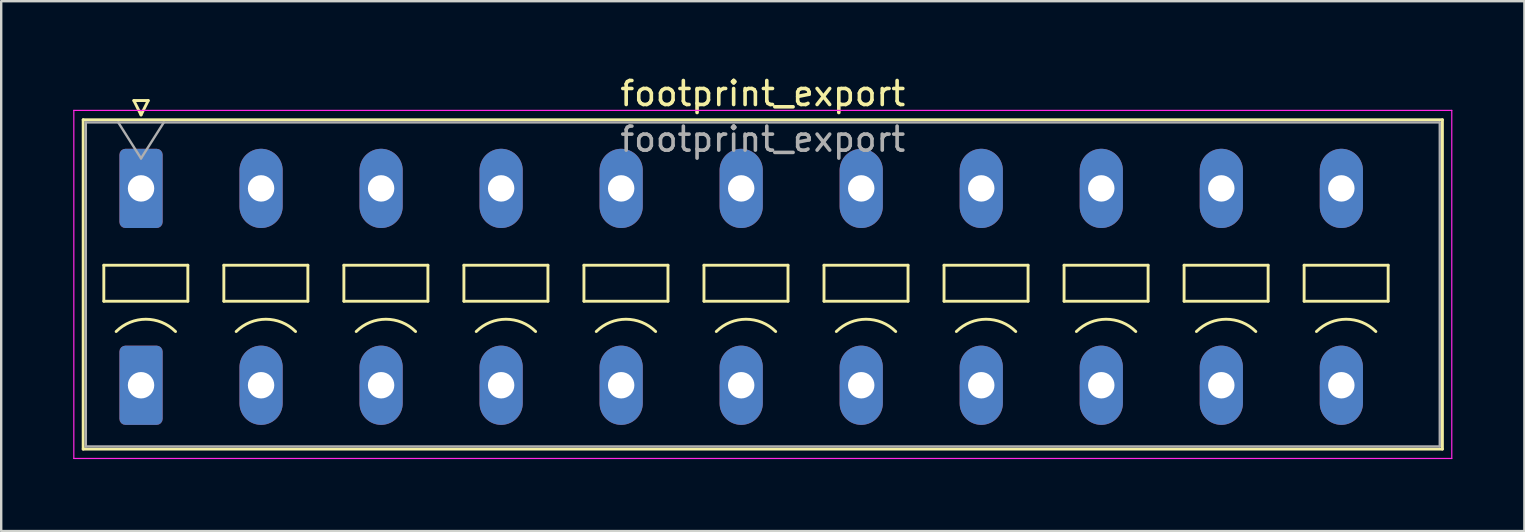
<source format=kicad_pcb>
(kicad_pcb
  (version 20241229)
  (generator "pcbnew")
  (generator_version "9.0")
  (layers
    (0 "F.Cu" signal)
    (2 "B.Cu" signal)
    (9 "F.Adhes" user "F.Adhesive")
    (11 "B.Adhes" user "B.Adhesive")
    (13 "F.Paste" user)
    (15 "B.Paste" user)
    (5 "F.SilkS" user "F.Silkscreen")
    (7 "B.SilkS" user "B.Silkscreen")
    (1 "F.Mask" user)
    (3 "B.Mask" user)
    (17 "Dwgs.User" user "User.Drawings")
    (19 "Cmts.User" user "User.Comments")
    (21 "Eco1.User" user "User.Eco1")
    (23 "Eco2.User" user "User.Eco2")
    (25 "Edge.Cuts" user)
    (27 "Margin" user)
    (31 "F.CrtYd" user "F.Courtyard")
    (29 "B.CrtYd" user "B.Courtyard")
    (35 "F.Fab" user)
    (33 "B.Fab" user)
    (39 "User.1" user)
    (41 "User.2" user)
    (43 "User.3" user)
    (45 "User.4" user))
  (footprint "footprint_export"
    (layer "F.Cu")
    (at 2.825 4.798)
    (property "Reference" "footprint_export" (at 25.9 -3.95 0) (layer "F.SilkS") (effects (font (size 1 1) (thickness 0.15))))
    (attr through_hole)
    (fp_line (start -2.41 -2.86) (end 54.21 -2.86) (stroke (width 0.12) (type solid)) (layer "F.SilkS"))
    (fp_line (start -2.41 10.86) (end -2.41 -2.86) (stroke (width 0.12) (type solid)) (layer "F.SilkS"))
    (fp_line (start -1.55 3.2) (end -1.55 4.7) (stroke (width 0.12) (type solid)) (layer "F.SilkS"))
    (fp_line (start -1.55 4.7) (end 1.95 4.7) (stroke (width 0.12) (type solid)) (layer "F.SilkS"))
    (fp_line (start -0.3 -3.66) (end 0 -3.06) (stroke (width 0.12) (type solid)) (layer "F.SilkS"))
    (fp_line (start -0.3 -3.66) (end 0.3 -3.66) (stroke (width 0.12) (type solid)) (layer "F.SilkS"))
    (fp_line (start 0.3 -3.66) (end 0 -3.06) (stroke (width 0.12) (type solid)) (layer "F.SilkS"))
    (fp_line (start 1.95 3.2) (end -1.55 3.2) (stroke (width 0.12) (type solid)) (layer "F.SilkS"))
    (fp_line (start 1.95 4.7) (end 1.95 3.2) (stroke (width 0.12) (type solid)) (layer "F.SilkS"))
    (fp_line (start 3.45 3.2) (end 3.45 4.7) (stroke (width 0.12) (type solid)) (layer "F.SilkS"))
    (fp_line (start 3.45 4.7) (end 6.95 4.7) (stroke (width 0.12) (type solid)) (layer "F.SilkS"))
    (fp_line (start 6.95 3.2) (end 3.45 3.2) (stroke (width 0.12) (type solid)) (layer "F.SilkS"))
    (fp_line (start 6.95 4.7) (end 6.95 3.2) (stroke (width 0.12) (type solid)) (layer "F.SilkS"))
    (fp_line (start 8.45 3.2) (end 8.45 4.7) (stroke (width 0.12) (type solid)) (layer "F.SilkS"))
    (fp_line (start 8.45 4.7) (end 11.95 4.7) (stroke (width 0.12) (type solid)) (layer "F.SilkS"))
    (fp_line (start 11.95 3.2) (end 8.45 3.2) (stroke (width 0.12) (type solid)) (layer "F.SilkS"))
    (fp_line (start 11.95 4.7) (end 11.95 3.2) (stroke (width 0.12) (type solid)) (layer "F.SilkS"))
    (fp_line (start 13.45 3.2) (end 13.45 4.7) (stroke (width 0.12) (type solid)) (layer "F.SilkS"))
    (fp_line (start 13.45 4.7) (end 16.95 4.7) (stroke (width 0.12) (type solid)) (layer "F.SilkS"))
    (fp_line (start 16.95 3.2) (end 13.45 3.2) (stroke (width 0.12) (type solid)) (layer "F.SilkS"))
    (fp_line (start 16.95 4.7) (end 16.95 3.2) (stroke (width 0.12) (type solid)) (layer "F.SilkS"))
    (fp_line (start 18.45 3.2) (end 18.45 4.7) (stroke (width 0.12) (type solid)) (layer "F.SilkS"))
    (fp_line (start 18.45 4.7) (end 21.95 4.7) (stroke (width 0.12) (type solid)) (layer "F.SilkS"))
    (fp_line (start 21.95 3.2) (end 18.45 3.2) (stroke (width 0.12) (type solid)) (layer "F.SilkS"))
    (fp_line (start 21.95 4.7) (end 21.95 3.2) (stroke (width 0.12) (type solid)) (layer "F.SilkS"))
    (fp_line (start 23.45 3.2) (end 23.45 4.7) (stroke (width 0.12) (type solid)) (layer "F.SilkS"))
    (fp_line (start 23.45 4.7) (end 26.95 4.7) (stroke (width 0.12) (type solid)) (layer "F.SilkS"))
    (fp_line (start 26.95 3.2) (end 23.45 3.2) (stroke (width 0.12) (type solid)) (layer "F.SilkS"))
    (fp_line (start 26.95 4.7) (end 26.95 3.2) (stroke (width 0.12) (type solid)) (layer "F.SilkS"))
    (fp_line (start 28.45 3.2) (end 28.45 4.7) (stroke (width 0.12) (type solid)) (layer "F.SilkS"))
    (fp_line (start 28.45 4.7) (end 31.95 4.7) (stroke (width 0.12) (type solid)) (layer "F.SilkS"))
    (fp_line (start 31.95 3.2) (end 28.45 3.2) (stroke (width 0.12) (type solid)) (layer "F.SilkS"))
    (fp_line (start 31.95 4.7) (end 31.95 3.2) (stroke (width 0.12) (type solid)) (layer "F.SilkS"))
    (fp_line (start 33.45 3.2) (end 33.45 4.7) (stroke (width 0.12) (type solid)) (layer "F.SilkS"))
    (fp_line (start 33.45 4.7) (end 36.95 4.7) (stroke (width 0.12) (type solid)) (layer "F.SilkS"))
    (fp_line (start 36.95 3.2) (end 33.45 3.2) (stroke (width 0.12) (type solid)) (layer "F.SilkS"))
    (fp_line (start 36.95 4.7) (end 36.95 3.2) (stroke (width 0.12) (type solid)) (layer "F.SilkS"))
    (fp_line (start 38.45 3.2) (end 38.45 4.7) (stroke (width 0.12) (type solid)) (layer "F.SilkS"))
    (fp_line (start 38.45 4.7) (end 41.95 4.7) (stroke (width 0.12) (type solid)) (layer "F.SilkS"))
    (fp_line (start 41.95 3.2) (end 38.45 3.2) (stroke (width 0.12) (type solid)) (layer "F.SilkS"))
    (fp_line (start 41.95 4.7) (end 41.95 3.2) (stroke (width 0.12) (type solid)) (layer "F.SilkS"))
    (fp_line (start 43.45 3.2) (end 43.45 4.7) (stroke (width 0.12) (type solid)) (layer "F.SilkS"))
    (fp_line (start 43.45 4.7) (end 46.95 4.7) (stroke (width 0.12) (type solid)) (layer "F.SilkS"))
    (fp_line (start 46.95 3.2) (end 43.45 3.2) (stroke (width 0.12) (type solid)) (layer "F.SilkS"))
    (fp_line (start 46.95 4.7) (end 46.95 3.2) (stroke (width 0.12) (type solid)) (layer "F.SilkS"))
    (fp_line (start 48.45 3.2) (end 48.45 4.7) (stroke (width 0.12) (type solid)) (layer "F.SilkS"))
    (fp_line (start 48.45 4.7) (end 51.95 4.7) (stroke (width 0.12) (type solid)) (layer "F.SilkS"))
    (fp_line (start 51.95 3.2) (end 48.45 3.2) (stroke (width 0.12) (type solid)) (layer "F.SilkS"))
    (fp_line (start 51.95 4.7) (end 51.95 3.2) (stroke (width 0.12) (type solid)) (layer "F.SilkS"))
    (fp_line (start 54.21 -2.86) (end 54.21 10.86) (stroke (width 0.12) (type solid)) (layer "F.SilkS"))
    (fp_line (start 54.21 10.86) (end -2.41 10.86) (stroke (width 0.12) (type solid)) (layer "F.SilkS"))
    (fp_arc (start -1.037437 5.962563) (mid 0.2 5.45) (end 1.437437 5.962563) (stroke (width 0.12) (type solid)) (layer "F.SilkS"))
    (fp_arc (start 3.962563 5.962563) (mid 5.2 5.45) (end 6.437437 5.962563) (stroke (width 0.12) (type solid)) (layer "F.SilkS"))
    (fp_arc (start 8.962563 5.962563) (mid 10.2 5.45) (end 11.437437 5.962563) (stroke (width 0.12) (type solid)) (layer "F.SilkS"))
    (fp_arc (start 13.962563 5.962563) (mid 15.2 5.45) (end 16.437437 5.962563) (stroke (width 0.12) (type solid)) (layer "F.SilkS"))
    (fp_arc (start 18.962563 5.962563) (mid 20.2 5.45) (end 21.437437 5.962563) (stroke (width 0.12) (type solid)) (layer "F.SilkS"))
    (fp_arc (start 23.962563 5.962563) (mid 25.2 5.45) (end 26.437437 5.962563) (stroke (width 0.12) (type solid)) (layer "F.SilkS"))
    (fp_arc (start 28.962563 5.962563) (mid 30.2 5.45) (end 31.437437 5.962563) (stroke (width 0.12) (type solid)) (layer "F.SilkS"))
    (fp_arc (start 33.962563 5.962563) (mid 35.2 5.45) (end 36.437437 5.962563) (stroke (width 0.12) (type solid)) (layer "F.SilkS"))
    (fp_arc (start 38.962563 5.962563) (mid 40.2 5.45) (end 41.437437 5.962563) (stroke (width 0.12) (type solid)) (layer "F.SilkS"))
    (fp_arc (start 43.962563 5.962563) (mid 45.2 5.45) (end 46.437437 5.962563) (stroke (width 0.12) (type solid)) (layer "F.SilkS"))
    (fp_arc (start 48.962563 5.962563) (mid 50.2 5.45) (end 51.437437 5.962563) (stroke (width 0.12) (type solid)) (layer "F.SilkS"))
    (fp_line (start -2.8 -3.25) (end -2.8 11.25) (stroke (width 0.05) (type solid)) (layer "F.CrtYd"))
    (fp_line (start -2.8 11.25) (end 54.6 11.25) (stroke (width 0.05) (type solid)) (layer "F.CrtYd"))
    (fp_line (start 54.6 -3.25) (end -2.8 -3.25) (stroke (width 0.05) (type solid)) (layer "F.CrtYd"))
    (fp_line (start 54.6 11.25) (end 54.6 -3.25) (stroke (width 0.05) (type solid)) (layer "F.CrtYd"))
    (fp_line (start -2.3 -2.75) (end -2.3 10.75) (stroke (width 0.1) (type solid)) (layer "F.Fab"))
    (fp_line (start -2.3 10.75) (end 54.1 10.75) (stroke (width 0.1) (type solid)) (layer "F.Fab"))
    (fp_line (start -0.95 -2.75) (end 0 -1.25) (stroke (width 0.1) (type solid)) (layer "F.Fab"))
    (fp_line (start 0.95 -2.75) (end 0 -1.25) (stroke (width 0.1) (type solid)) (layer "F.Fab"))
    (fp_line (start 54.1 -2.75) (end -2.3 -2.75) (stroke (width 0.1) (type solid)) (layer "F.Fab"))
    (fp_line (start 54.1 10.75) (end 54.1 -2.75) (stroke (width 0.1) (type solid)) (layer "F.Fab"))
    (fp_text user "${REFERENCE}" (at 25.9 -2.05 0) (layer "F.Fab") (effects (font (size 1 1) (thickness 0.15))))
    (pad "1" thru_hole roundrect (at 0 0) (size 1.8 3.3) (drill 1.1) (layers "*.Cu" "*.Mask") (roundrect_rratio 0.139))
    (pad "1" thru_hole roundrect (at 0 8.2) (size 1.8 3.3) (drill 1.1) (layers "*.Cu" "*.Mask") (roundrect_rratio 0.139))
    (pad "2" thru_hole oval (at 5 0) (size 1.8 3.3) (drill 1.1) (layers "*.Cu" "*.Mask"))
    (pad "2" thru_hole oval (at 5 8.2) (size 1.8 3.3) (drill 1.1) (layers "*.Cu" "*.Mask"))
    (pad "3" thru_hole oval (at 10 0) (size 1.8 3.3) (drill 1.1) (layers "*.Cu" "*.Mask"))
    (pad "3" thru_hole oval (at 10 8.2) (size 1.8 3.3) (drill 1.1) (layers "*.Cu" "*.Mask"))
    (pad "4" thru_hole oval (at 15 0) (size 1.8 3.3) (drill 1.1) (layers "*.Cu" "*.Mask"))
    (pad "4" thru_hole oval (at 15 8.2) (size 1.8 3.3) (drill 1.1) (layers "*.Cu" "*.Mask"))
    (pad "5" thru_hole oval (at 20 0) (size 1.8 3.3) (drill 1.1) (layers "*.Cu" "*.Mask"))
    (pad "5" thru_hole oval (at 20 8.2) (size 1.8 3.3) (drill 1.1) (layers "*.Cu" "*.Mask"))
    (pad "6" thru_hole oval (at 25 0) (size 1.8 3.3) (drill 1.1) (layers "*.Cu" "*.Mask"))
    (pad "6" thru_hole oval (at 25 8.2) (size 1.8 3.3) (drill 1.1) (layers "*.Cu" "*.Mask"))
    (pad "7" thru_hole oval (at 30 0) (size 1.8 3.3) (drill 1.1) (layers "*.Cu" "*.Mask"))
    (pad "7" thru_hole oval (at 30 8.2) (size 1.8 3.3) (drill 1.1) (layers "*.Cu" "*.Mask"))
    (pad "8" thru_hole oval (at 35 0) (size 1.8 3.3) (drill 1.1) (layers "*.Cu" "*.Mask"))
    (pad "8" thru_hole oval (at 35 8.2) (size 1.8 3.3) (drill 1.1) (layers "*.Cu" "*.Mask"))
    (pad "9" thru_hole oval (at 40 0) (size 1.8 3.3) (drill 1.1) (layers "*.Cu" "*.Mask"))
    (pad "9" thru_hole oval (at 40 8.2) (size 1.8 3.3) (drill 1.1) (layers "*.Cu" "*.Mask"))
    (pad "10" thru_hole oval (at 45 0) (size 1.8 3.3) (drill 1.1) (layers "*.Cu" "*.Mask"))
    (pad "10" thru_hole oval (at 45 8.2) (size 1.8 3.3) (drill 1.1) (layers "*.Cu" "*.Mask"))
    (pad "11" thru_hole oval (at 50 0) (size 1.8 3.3) (drill 1.1) (layers "*.Cu" "*.Mask"))
    (pad "11" thru_hole oval (at 50 8.2) (size 1.8 3.3) (drill 1.1) (layers "*.Cu" "*.Mask")))
  (gr_rect
    (start -3 -3)
    (end 60.45 19.073)
    (stroke (width 0.1) (type default))
    (fill no)
    (layer "Edge.Cuts")))
</source>
